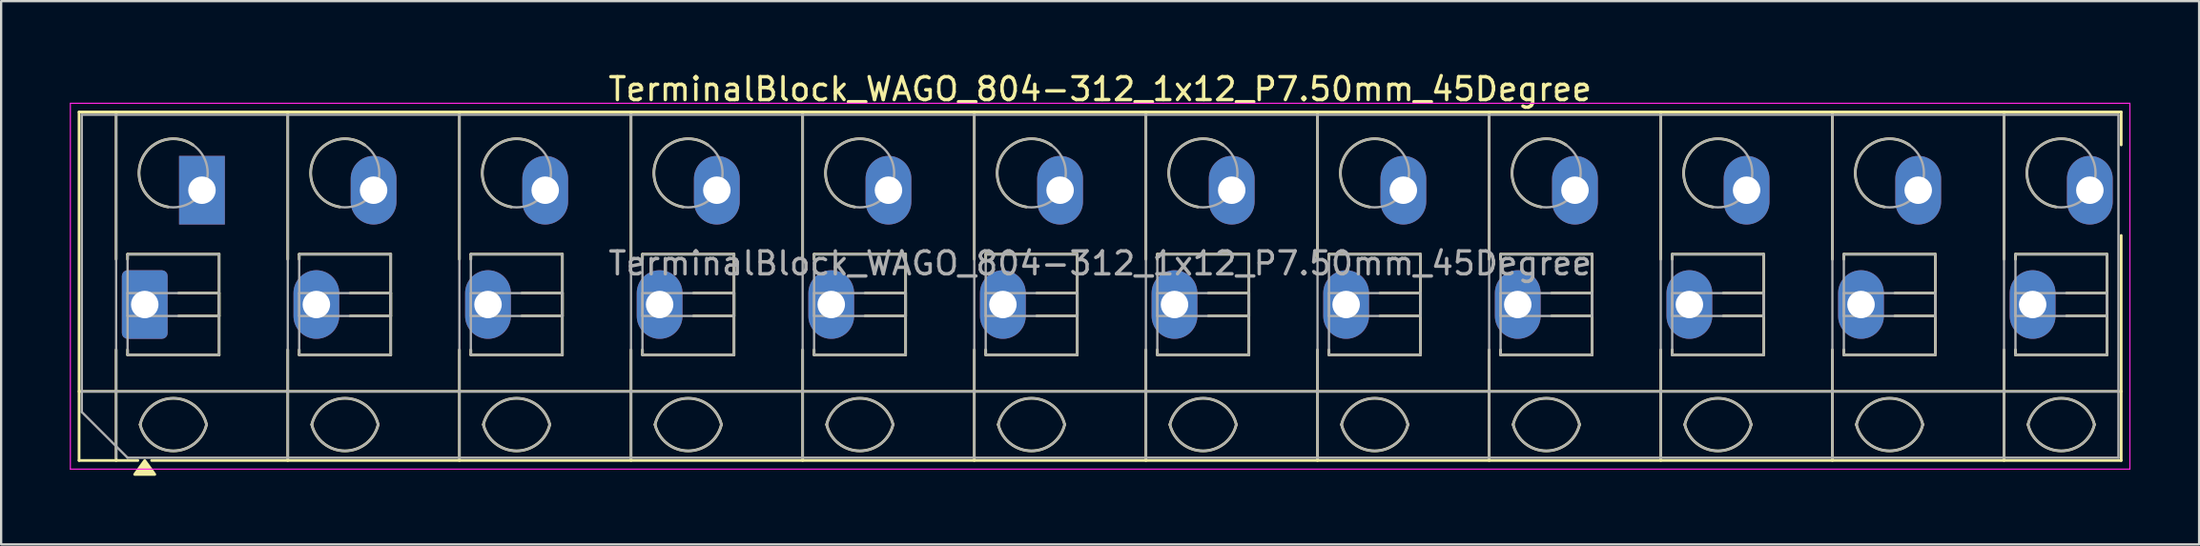
<source format=kicad_pcb>
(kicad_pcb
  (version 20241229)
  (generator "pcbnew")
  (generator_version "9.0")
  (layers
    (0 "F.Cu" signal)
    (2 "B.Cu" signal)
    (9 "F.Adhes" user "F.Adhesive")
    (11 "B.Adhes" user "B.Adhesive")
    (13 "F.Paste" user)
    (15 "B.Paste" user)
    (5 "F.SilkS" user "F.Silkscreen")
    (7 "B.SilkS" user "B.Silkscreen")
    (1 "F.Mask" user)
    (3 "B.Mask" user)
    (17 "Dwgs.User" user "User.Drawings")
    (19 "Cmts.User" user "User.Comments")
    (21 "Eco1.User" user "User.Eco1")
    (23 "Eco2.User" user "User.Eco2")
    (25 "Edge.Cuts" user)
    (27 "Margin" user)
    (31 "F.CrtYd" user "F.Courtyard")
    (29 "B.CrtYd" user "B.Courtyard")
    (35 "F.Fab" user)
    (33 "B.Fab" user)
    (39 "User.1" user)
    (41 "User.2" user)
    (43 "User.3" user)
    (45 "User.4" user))
  (footprint "TerminalBlock_WAGO_804-312_1x12_P7.50mm_45Degree"
    (layer "F.Cu")
    (at 3.275 10.268)
    (property "Reference" "TerminalBlock_WAGO_804-312_1x12_P7.50mm_45Degree" (at 41.75 -9.42 0) (layer "F.SilkS") (effects (font (size 1 1) (thickness 0.15))))
    (attr through_hole)
    (fp_line (start -2.87 -8.42) (end -2.87 6.82) (stroke (width 0.12) (type solid)) (layer "F.SilkS"))
    (fp_line (start -2.87 -8.42) (end 86.37 -8.42) (stroke (width 0.12) (type solid)) (layer "F.SilkS"))
    (fp_line (start -2.87 3.8) (end 86.37 3.8) (stroke (width 0.12) (type solid)) (layer "F.SilkS"))
    (fp_line (start -2.87 6.82) (end -0.3 6.82) (stroke (width 0.12) (type solid)) (layer "F.SilkS"))
    (fp_line (start -1.25 -8.42) (end -1.25 -1.98) (stroke (width 0.12) (type solid)) (layer "F.SilkS"))
    (fp_line (start -1.25 1.98) (end -1.25 6.82) (stroke (width 0.12) (type solid)) (layer "F.SilkS"))
    (fp_line (start -0.75 -2.2) (end -0.75 -1.98) (stroke (width 0.12) (type solid)) (layer "F.SilkS"))
    (fp_line (start -0.75 -2.2) (end 3.25 -2.2) (stroke (width 0.12) (type solid)) (layer "F.SilkS"))
    (fp_line (start -0.75 1.98) (end -0.75 2.2) (stroke (width 0.12) (type solid)) (layer "F.SilkS"))
    (fp_line (start -0.75 2.2) (end 3.25 2.2) (stroke (width 0.12) (type solid)) (layer "F.SilkS"))
    (fp_line (start 0.3 6.82) (end 86.37 6.82) (stroke (width 0.12) (type solid)) (layer "F.SilkS"))
    (fp_line (start 1.48 -0.5) (end 3.25 -0.5) (stroke (width 0.12) (type solid)) (layer "F.SilkS"))
    (fp_line (start 1.48 0.5) (end 3.25 0.5) (stroke (width 0.12) (type solid)) (layer "F.SilkS"))
    (fp_line (start 3.25 -2.2) (end 3.25 2.2) (stroke (width 0.12) (type solid)) (layer "F.SilkS"))
    (fp_line (start 3.25 -0.5) (end 3.25 0.5) (stroke (width 0.12) (type solid)) (layer "F.SilkS"))
    (fp_line (start 6.25 -8.42) (end 6.25 -1.98) (stroke (width 0.12) (type solid)) (layer "F.SilkS"))
    (fp_line (start 6.25 1.98) (end 6.25 6.82) (stroke (width 0.12) (type solid)) (layer "F.SilkS"))
    (fp_line (start 6.75 -2.2) (end 6.75 -1.98) (stroke (width 0.12) (type solid)) (layer "F.SilkS"))
    (fp_line (start 6.75 -2.2) (end 10.75 -2.2) (stroke (width 0.12) (type solid)) (layer "F.SilkS"))
    (fp_line (start 6.75 1.98) (end 6.75 2.2) (stroke (width 0.12) (type solid)) (layer "F.SilkS"))
    (fp_line (start 6.75 2.2) (end 10.75 2.2) (stroke (width 0.12) (type solid)) (layer "F.SilkS"))
    (fp_line (start 8.98 -0.5) (end 10.75 -0.5) (stroke (width 0.12) (type solid)) (layer "F.SilkS"))
    (fp_line (start 8.98 0.5) (end 10.75 0.5) (stroke (width 0.12) (type solid)) (layer "F.SilkS"))
    (fp_line (start 10.75 -2.2) (end 10.75 2.2) (stroke (width 0.12) (type solid)) (layer "F.SilkS"))
    (fp_line (start 10.75 -0.5) (end 10.75 0.5) (stroke (width 0.12) (type solid)) (layer "F.SilkS"))
    (fp_line (start 13.75 -8.42) (end 13.75 -1.98) (stroke (width 0.12) (type solid)) (layer "F.SilkS"))
    (fp_line (start 13.75 1.98) (end 13.75 6.82) (stroke (width 0.12) (type solid)) (layer "F.SilkS"))
    (fp_line (start 14.25 -2.2) (end 14.25 -1.98) (stroke (width 0.12) (type solid)) (layer "F.SilkS"))
    (fp_line (start 14.25 -2.2) (end 18.25 -2.2) (stroke (width 0.12) (type solid)) (layer "F.SilkS"))
    (fp_line (start 14.25 1.98) (end 14.25 2.2) (stroke (width 0.12) (type solid)) (layer "F.SilkS"))
    (fp_line (start 14.25 2.2) (end 18.25 2.2) (stroke (width 0.12) (type solid)) (layer "F.SilkS"))
    (fp_line (start 16.48 -0.5) (end 18.25 -0.5) (stroke (width 0.12) (type solid)) (layer "F.SilkS"))
    (fp_line (start 16.48 0.5) (end 18.25 0.5) (stroke (width 0.12) (type solid)) (layer "F.SilkS"))
    (fp_line (start 18.25 -2.2) (end 18.25 2.2) (stroke (width 0.12) (type solid)) (layer "F.SilkS"))
    (fp_line (start 18.25 -0.5) (end 18.25 0.5) (stroke (width 0.12) (type solid)) (layer "F.SilkS"))
    (fp_line (start 21.25 -8.42) (end 21.25 -1.98) (stroke (width 0.12) (type solid)) (layer "F.SilkS"))
    (fp_line (start 21.25 1.98) (end 21.25 6.82) (stroke (width 0.12) (type solid)) (layer "F.SilkS"))
    (fp_line (start 21.75 -2.2) (end 21.75 -1.98) (stroke (width 0.12) (type solid)) (layer "F.SilkS"))
    (fp_line (start 21.75 -2.2) (end 25.75 -2.2) (stroke (width 0.12) (type solid)) (layer "F.SilkS"))
    (fp_line (start 21.75 1.98) (end 21.75 2.2) (stroke (width 0.12) (type solid)) (layer "F.SilkS"))
    (fp_line (start 21.75 2.2) (end 25.75 2.2) (stroke (width 0.12) (type solid)) (layer "F.SilkS"))
    (fp_line (start 23.98 -0.5) (end 25.75 -0.5) (stroke (width 0.12) (type solid)) (layer "F.SilkS"))
    (fp_line (start 23.98 0.5) (end 25.75 0.5) (stroke (width 0.12) (type solid)) (layer "F.SilkS"))
    (fp_line (start 25.75 -2.2) (end 25.75 2.2) (stroke (width 0.12) (type solid)) (layer "F.SilkS"))
    (fp_line (start 25.75 -0.5) (end 25.75 0.5) (stroke (width 0.12) (type solid)) (layer "F.SilkS"))
    (fp_line (start 28.75 -8.42) (end 28.75 -1.98) (stroke (width 0.12) (type solid)) (layer "F.SilkS"))
    (fp_line (start 28.75 1.98) (end 28.75 6.82) (stroke (width 0.12) (type solid)) (layer "F.SilkS"))
    (fp_line (start 29.25 -2.2) (end 29.25 -1.98) (stroke (width 0.12) (type solid)) (layer "F.SilkS"))
    (fp_line (start 29.25 -2.2) (end 33.25 -2.2) (stroke (width 0.12) (type solid)) (layer "F.SilkS"))
    (fp_line (start 29.25 1.98) (end 29.25 2.2) (stroke (width 0.12) (type solid)) (layer "F.SilkS"))
    (fp_line (start 29.25 2.2) (end 33.25 2.2) (stroke (width 0.12) (type solid)) (layer "F.SilkS"))
    (fp_line (start 31.48 -0.5) (end 33.25 -0.5) (stroke (width 0.12) (type solid)) (layer "F.SilkS"))
    (fp_line (start 31.48 0.5) (end 33.25 0.5) (stroke (width 0.12) (type solid)) (layer "F.SilkS"))
    (fp_line (start 33.25 -2.2) (end 33.25 2.2) (stroke (width 0.12) (type solid)) (layer "F.SilkS"))
    (fp_line (start 33.25 -0.5) (end 33.25 0.5) (stroke (width 0.12) (type solid)) (layer "F.SilkS"))
    (fp_line (start 36.25 -8.42) (end 36.25 -1.98) (stroke (width 0.12) (type solid)) (layer "F.SilkS"))
    (fp_line (start 36.25 1.98) (end 36.25 6.82) (stroke (width 0.12) (type solid)) (layer "F.SilkS"))
    (fp_line (start 36.75 -2.2) (end 36.75 -1.98) (stroke (width 0.12) (type solid)) (layer "F.SilkS"))
    (fp_line (start 36.75 -2.2) (end 40.75 -2.2) (stroke (width 0.12) (type solid)) (layer "F.SilkS"))
    (fp_line (start 36.75 1.98) (end 36.75 2.2) (stroke (width 0.12) (type solid)) (layer "F.SilkS"))
    (fp_line (start 36.75 2.2) (end 40.75 2.2) (stroke (width 0.12) (type solid)) (layer "F.SilkS"))
    (fp_line (start 38.98 -0.5) (end 40.75 -0.5) (stroke (width 0.12) (type solid)) (layer "F.SilkS"))
    (fp_line (start 38.98 0.5) (end 40.75 0.5) (stroke (width 0.12) (type solid)) (layer "F.SilkS"))
    (fp_line (start 40.75 -2.2) (end 40.75 2.2) (stroke (width 0.12) (type solid)) (layer "F.SilkS"))
    (fp_line (start 40.75 -0.5) (end 40.75 0.5) (stroke (width 0.12) (type solid)) (layer "F.SilkS"))
    (fp_line (start 43.75 -8.42) (end 43.75 -1.98) (stroke (width 0.12) (type solid)) (layer "F.SilkS"))
    (fp_line (start 43.75 1.98) (end 43.75 6.82) (stroke (width 0.12) (type solid)) (layer "F.SilkS"))
    (fp_line (start 44.25 -2.2) (end 44.25 -1.98) (stroke (width 0.12) (type solid)) (layer "F.SilkS"))
    (fp_line (start 44.25 -2.2) (end 48.25 -2.2) (stroke (width 0.12) (type solid)) (layer "F.SilkS"))
    (fp_line (start 44.25 1.98) (end 44.25 2.2) (stroke (width 0.12) (type solid)) (layer "F.SilkS"))
    (fp_line (start 44.25 2.2) (end 48.25 2.2) (stroke (width 0.12) (type solid)) (layer "F.SilkS"))
    (fp_line (start 46.48 -0.5) (end 48.25 -0.5) (stroke (width 0.12) (type solid)) (layer "F.SilkS"))
    (fp_line (start 46.48 0.5) (end 48.25 0.5) (stroke (width 0.12) (type solid)) (layer "F.SilkS"))
    (fp_line (start 48.25 -2.2) (end 48.25 2.2) (stroke (width 0.12) (type solid)) (layer "F.SilkS"))
    (fp_line (start 48.25 -0.5) (end 48.25 0.5) (stroke (width 0.12) (type solid)) (layer "F.SilkS"))
    (fp_line (start 51.25 -8.42) (end 51.25 -1.98) (stroke (width 0.12) (type solid)) (layer "F.SilkS"))
    (fp_line (start 51.25 1.98) (end 51.25 6.82) (stroke (width 0.12) (type solid)) (layer "F.SilkS"))
    (fp_line (start 51.75 -2.2) (end 51.75 -1.98) (stroke (width 0.12) (type solid)) (layer "F.SilkS"))
    (fp_line (start 51.75 -2.2) (end 55.75 -2.2) (stroke (width 0.12) (type solid)) (layer "F.SilkS"))
    (fp_line (start 51.75 1.98) (end 51.75 2.2) (stroke (width 0.12) (type solid)) (layer "F.SilkS"))
    (fp_line (start 51.75 2.2) (end 55.75 2.2) (stroke (width 0.12) (type solid)) (layer "F.SilkS"))
    (fp_line (start 53.98 -0.5) (end 55.75 -0.5) (stroke (width 0.12) (type solid)) (layer "F.SilkS"))
    (fp_line (start 53.98 0.5) (end 55.75 0.5) (stroke (width 0.12) (type solid)) (layer "F.SilkS"))
    (fp_line (start 55.75 -2.2) (end 55.75 2.2) (stroke (width 0.12) (type solid)) (layer "F.SilkS"))
    (fp_line (start 55.75 -0.5) (end 55.75 0.5) (stroke (width 0.12) (type solid)) (layer "F.SilkS"))
    (fp_line (start 58.75 -8.42) (end 58.75 -1.98) (stroke (width 0.12) (type solid)) (layer "F.SilkS"))
    (fp_line (start 58.75 1.98) (end 58.75 6.82) (stroke (width 0.12) (type solid)) (layer "F.SilkS"))
    (fp_line (start 59.25 -2.2) (end 59.25 -1.98) (stroke (width 0.12) (type solid)) (layer "F.SilkS"))
    (fp_line (start 59.25 -2.2) (end 63.25 -2.2) (stroke (width 0.12) (type solid)) (layer "F.SilkS"))
    (fp_line (start 59.25 1.98) (end 59.25 2.2) (stroke (width 0.12) (type solid)) (layer "F.SilkS"))
    (fp_line (start 59.25 2.2) (end 63.25 2.2) (stroke (width 0.12) (type solid)) (layer "F.SilkS"))
    (fp_line (start 61.48 -0.5) (end 63.25 -0.5) (stroke (width 0.12) (type solid)) (layer "F.SilkS"))
    (fp_line (start 61.48 0.5) (end 63.25 0.5) (stroke (width 0.12) (type solid)) (layer "F.SilkS"))
    (fp_line (start 63.25 -2.2) (end 63.25 2.2) (stroke (width 0.12) (type solid)) (layer "F.SilkS"))
    (fp_line (start 63.25 -0.5) (end 63.25 0.5) (stroke (width 0.12) (type solid)) (layer "F.SilkS"))
    (fp_line (start 66.25 -8.42) (end 66.25 -1.98) (stroke (width 0.12) (type solid)) (layer "F.SilkS"))
    (fp_line (start 66.25 1.98) (end 66.25 6.82) (stroke (width 0.12) (type solid)) (layer "F.SilkS"))
    (fp_line (start 66.75 -2.2) (end 66.75 -1.98) (stroke (width 0.12) (type solid)) (layer "F.SilkS"))
    (fp_line (start 66.75 -2.2) (end 70.75 -2.2) (stroke (width 0.12) (type solid)) (layer "F.SilkS"))
    (fp_line (start 66.75 1.98) (end 66.75 2.2) (stroke (width 0.12) (type solid)) (layer "F.SilkS"))
    (fp_line (start 66.75 2.2) (end 70.75 2.2) (stroke (width 0.12) (type solid)) (layer "F.SilkS"))
    (fp_line (start 68.98 -0.5) (end 70.75 -0.5) (stroke (width 0.12) (type solid)) (layer "F.SilkS"))
    (fp_line (start 68.98 0.5) (end 70.75 0.5) (stroke (width 0.12) (type solid)) (layer "F.SilkS"))
    (fp_line (start 70.75 -2.2) (end 70.75 2.2) (stroke (width 0.12) (type solid)) (layer "F.SilkS"))
    (fp_line (start 70.75 -0.5) (end 70.75 0.5) (stroke (width 0.12) (type solid)) (layer "F.SilkS"))
    (fp_line (start 73.75 -8.42) (end 73.75 -1.98) (stroke (width 0.12) (type solid)) (layer "F.SilkS"))
    (fp_line (start 73.75 1.98) (end 73.75 6.82) (stroke (width 0.12) (type solid)) (layer "F.SilkS"))
    (fp_line (start 74.25 -2.2) (end 74.25 -1.98) (stroke (width 0.12) (type solid)) (layer "F.SilkS"))
    (fp_line (start 74.25 -2.2) (end 78.25 -2.2) (stroke (width 0.12) (type solid)) (layer "F.SilkS"))
    (fp_line (start 74.25 1.98) (end 74.25 2.2) (stroke (width 0.12) (type solid)) (layer "F.SilkS"))
    (fp_line (start 74.25 2.2) (end 78.25 2.2) (stroke (width 0.12) (type solid)) (layer "F.SilkS"))
    (fp_line (start 76.48 -0.5) (end 78.25 -0.5) (stroke (width 0.12) (type solid)) (layer "F.SilkS"))
    (fp_line (start 76.48 0.5) (end 78.25 0.5) (stroke (width 0.12) (type solid)) (layer "F.SilkS"))
    (fp_line (start 78.25 -2.2) (end 78.25 2.2) (stroke (width 0.12) (type solid)) (layer "F.SilkS"))
    (fp_line (start 78.25 -0.5) (end 78.25 0.5) (stroke (width 0.12) (type solid)) (layer "F.SilkS"))
    (fp_line (start 81.25 -8.42) (end 81.25 -1.98) (stroke (width 0.12) (type solid)) (layer "F.SilkS"))
    (fp_line (start 81.25 1.98) (end 81.25 6.82) (stroke (width 0.12) (type solid)) (layer "F.SilkS"))
    (fp_line (start 81.75 -2.2) (end 81.75 -1.98) (stroke (width 0.12) (type solid)) (layer "F.SilkS"))
    (fp_line (start 81.75 -2.2) (end 85.75 -2.2) (stroke (width 0.12) (type solid)) (layer "F.SilkS"))
    (fp_line (start 81.75 1.98) (end 81.75 2.2) (stroke (width 0.12) (type solid)) (layer "F.SilkS"))
    (fp_line (start 81.75 2.2) (end 85.75 2.2) (stroke (width 0.12) (type solid)) (layer "F.SilkS"))
    (fp_line (start 83.98 -0.5) (end 85.75 -0.5) (stroke (width 0.12) (type solid)) (layer "F.SilkS"))
    (fp_line (start 83.98 0.5) (end 85.75 0.5) (stroke (width 0.12) (type solid)) (layer "F.SilkS"))
    (fp_line (start 85.75 -2.2) (end 85.75 2.2) (stroke (width 0.12) (type solid)) (layer "F.SilkS"))
    (fp_line (start 85.75 -0.5) (end 85.75 0.5) (stroke (width 0.12) (type solid)) (layer "F.SilkS"))
    (fp_line (start 86.37 -8.42) (end 86.37 -6.98) (stroke (width 0.12) (type solid)) (layer "F.SilkS"))
    (fp_line (start 86.37 -3.02) (end 86.37 6.82) (stroke (width 0.12) (type solid)) (layer "F.SilkS"))
    (fp_arc (start -0.199969 5.249867) (mid 1.250068 4.099899) (end 2.7 5.25) (stroke (width 0.12) (type solid)) (layer "F.SilkS"))
    (fp_arc (start 1.02 -4.268) (mid -0.141815 -6.308637) (end 2.10843 -6.979765) (stroke (width 0.12) (type solid)) (layer "F.SilkS"))
    (fp_arc (start 2.7 5.25) (mid 1.250068 6.400101) (end -0.199969 5.250133) (stroke (width 0.12) (type solid)) (layer "F.SilkS"))
    (fp_arc (start 7.300031 5.249867) (mid 8.750068 4.099899) (end 10.2 5.25) (stroke (width 0.12) (type solid)) (layer "F.SilkS"))
    (fp_arc (start 8.52 -4.268) (mid 7.358185 -6.308637) (end 9.60843 -6.979765) (stroke (width 0.12) (type solid)) (layer "F.SilkS"))
    (fp_arc (start 10.2 5.25) (mid 8.750068 6.400101) (end 7.300031 5.250133) (stroke (width 0.12) (type solid)) (layer "F.SilkS"))
    (fp_arc (start 14.800031 5.249867) (mid 16.250068 4.099899) (end 17.7 5.25) (stroke (width 0.12) (type solid)) (layer "F.SilkS"))
    (fp_arc (start 16.02 -4.268) (mid 14.858185 -6.308637) (end 17.10843 -6.979765) (stroke (width 0.12) (type solid)) (layer "F.SilkS"))
    (fp_arc (start 17.7 5.25) (mid 16.250068 6.400101) (end 14.800031 5.250133) (stroke (width 0.12) (type solid)) (layer "F.SilkS"))
    (fp_arc (start 22.300031 5.249867) (mid 23.750068 4.099899) (end 25.2 5.25) (stroke (width 0.12) (type solid)) (layer "F.SilkS"))
    (fp_arc (start 23.52 -4.268) (mid 22.358185 -6.308637) (end 24.60843 -6.979765) (stroke (width 0.12) (type solid)) (layer "F.SilkS"))
    (fp_arc (start 25.2 5.25) (mid 23.750068 6.400101) (end 22.300031 5.250133) (stroke (width 0.12) (type solid)) (layer "F.SilkS"))
    (fp_arc (start 29.800031 5.249867) (mid 31.250068 4.099899) (end 32.7 5.25) (stroke (width 0.12) (type solid)) (layer "F.SilkS"))
    (fp_arc (start 31.02 -4.268) (mid 29.858185 -6.308637) (end 32.10843 -6.979765) (stroke (width 0.12) (type solid)) (layer "F.SilkS"))
    (fp_arc (start 32.7 5.25) (mid 31.250068 6.400101) (end 29.800031 5.250133) (stroke (width 0.12) (type solid)) (layer "F.SilkS"))
    (fp_arc (start 37.300031 5.249867) (mid 38.750068 4.099899) (end 40.2 5.25) (stroke (width 0.12) (type solid)) (layer "F.SilkS"))
    (fp_arc (start 38.52 -4.268) (mid 37.358185 -6.308637) (end 39.60843 -6.979765) (stroke (width 0.12) (type solid)) (layer "F.SilkS"))
    (fp_arc (start 40.2 5.25) (mid 38.750068 6.400101) (end 37.300031 5.250133) (stroke (width 0.12) (type solid)) (layer "F.SilkS"))
    (fp_arc (start 44.800031 5.249867) (mid 46.250068 4.099899) (end 47.7 5.25) (stroke (width 0.12) (type solid)) (layer "F.SilkS"))
    (fp_arc (start 46.02 -4.268) (mid 44.858185 -6.308637) (end 47.10843 -6.979765) (stroke (width 0.12) (type solid)) (layer "F.SilkS"))
    (fp_arc (start 47.7 5.25) (mid 46.250068 6.400101) (end 44.800031 5.250133) (stroke (width 0.12) (type solid)) (layer "F.SilkS"))
    (fp_arc (start 52.300031 5.249867) (mid 53.750068 4.099899) (end 55.2 5.25) (stroke (width 0.12) (type solid)) (layer "F.SilkS"))
    (fp_arc (start 53.52 -4.268) (mid 52.358185 -6.308637) (end 54.60843 -6.979765) (stroke (width 0.12) (type solid)) (layer "F.SilkS"))
    (fp_arc (start 55.2 5.25) (mid 53.750068 6.400101) (end 52.300031 5.250133) (stroke (width 0.12) (type solid)) (layer "F.SilkS"))
    (fp_arc (start 59.800031 5.249867) (mid 61.250068 4.099899) (end 62.7 5.25) (stroke (width 0.12) (type solid)) (layer "F.SilkS"))
    (fp_arc (start 61.02 -4.268) (mid 59.858185 -6.308637) (end 62.10843 -6.979765) (stroke (width 0.12) (type solid)) (layer "F.SilkS"))
    (fp_arc (start 62.7 5.25) (mid 61.250068 6.400101) (end 59.800031 5.250133) (stroke (width 0.12) (type solid)) (layer "F.SilkS"))
    (fp_arc (start 67.300031 5.249867) (mid 68.750068 4.099899) (end 70.2 5.25) (stroke (width 0.12) (type solid)) (layer "F.SilkS"))
    (fp_arc (start 68.52 -4.268) (mid 67.358185 -6.308637) (end 69.60843 -6.979765) (stroke (width 0.12) (type solid)) (layer "F.SilkS"))
    (fp_arc (start 70.2 5.25) (mid 68.750068 6.400101) (end 67.300031 5.250133) (stroke (width 0.12) (type solid)) (layer "F.SilkS"))
    (fp_arc (start 74.800031 5.249867) (mid 76.250068 4.099899) (end 77.7 5.25) (stroke (width 0.12) (type solid)) (layer "F.SilkS"))
    (fp_arc (start 76.02 -4.268) (mid 74.858185 -6.308637) (end 77.10843 -6.979765) (stroke (width 0.12) (type solid)) (layer "F.SilkS"))
    (fp_arc (start 77.7 5.25) (mid 76.250068 6.400101) (end 74.800031 5.250133) (stroke (width 0.12) (type solid)) (layer "F.SilkS"))
    (fp_arc (start 82.300031 5.249867) (mid 83.750068 4.099899) (end 85.2 5.25) (stroke (width 0.12) (type solid)) (layer "F.SilkS"))
    (fp_arc (start 83.52 -4.268) (mid 82.358185 -6.308637) (end 84.60843 -6.979765) (stroke (width 0.12) (type solid)) (layer "F.SilkS"))
    (fp_arc (start 85.2 5.25) (mid 83.750068 6.400101) (end 82.300031 5.250133) (stroke (width 0.12) (type solid)) (layer "F.SilkS"))
    (fp_poly (pts (xy 0 6.82) (xy 0.44 7.43) (xy -0.44 7.43)) (stroke (width 0.12) (type solid)) (fill yes) (layer "F.SilkS"))
    (fp_line (start -3.25 -8.8) (end -3.25 7.2) (stroke (width 0.05) (type solid)) (layer "F.CrtYd"))
    (fp_line (start -3.25 7.2) (end 86.75 7.2) (stroke (width 0.05) (type solid)) (layer "F.CrtYd"))
    (fp_line (start 86.75 -8.8) (end -3.25 -8.8) (stroke (width 0.05) (type solid)) (layer "F.CrtYd"))
    (fp_line (start 86.75 7.2) (end 86.75 -8.8) (stroke (width 0.05) (type solid)) (layer "F.CrtYd"))
    (fp_line (start -2.75 -8.3) (end 86.25 -8.3) (stroke (width 0.1) (type solid)) (layer "F.Fab"))
    (fp_line (start -2.75 3.8) (end 86.25 3.8) (stroke (width 0.1) (type solid)) (layer "F.Fab"))
    (fp_line (start -2.75 4.7) (end -2.75 -8.3) (stroke (width 0.1) (type solid)) (layer "F.Fab"))
    (fp_line (start -1.25 -8.3) (end -1.25 6.7) (stroke (width 0.1) (type solid)) (layer "F.Fab"))
    (fp_line (start -0.75 -2.2) (end -0.75 2.2) (stroke (width 0.1) (type solid)) (layer "F.Fab"))
    (fp_line (start -0.75 -0.5) (end -0.75 0.5) (stroke (width 0.1) (type solid)) (layer "F.Fab"))
    (fp_line (start -0.75 0.5) (end 3.25 0.5) (stroke (width 0.1) (type solid)) (layer "F.Fab"))
    (fp_line (start -0.75 2.2) (end 3.25 2.2) (stroke (width 0.1) (type solid)) (layer "F.Fab"))
    (fp_line (start -0.75 6.7) (end -2.75 4.7) (stroke (width 0.1) (type solid)) (layer "F.Fab"))
    (fp_line (start 3.25 -2.2) (end -0.75 -2.2) (stroke (width 0.1) (type solid)) (layer "F.Fab"))
    (fp_line (start 3.25 -0.5) (end -0.75 -0.5) (stroke (width 0.1) (type solid)) (layer "F.Fab"))
    (fp_line (start 3.25 0.5) (end 3.25 -0.5) (stroke (width 0.1) (type solid)) (layer "F.Fab"))
    (fp_line (start 3.25 2.2) (end 3.25 -2.2) (stroke (width 0.1) (type solid)) (layer "F.Fab"))
    (fp_line (start 6.25 -8.3) (end 6.25 6.7) (stroke (width 0.1) (type solid)) (layer "F.Fab"))
    (fp_line (start 6.75 -2.2) (end 6.75 2.2) (stroke (width 0.1) (type solid)) (layer "F.Fab"))
    (fp_line (start 6.75 -0.5) (end 6.75 0.5) (stroke (width 0.1) (type solid)) (layer "F.Fab"))
    (fp_line (start 6.75 0.5) (end 10.75 0.5) (stroke (width 0.1) (type solid)) (layer "F.Fab"))
    (fp_line (start 6.75 2.2) (end 10.75 2.2) (stroke (width 0.1) (type solid)) (layer "F.Fab"))
    (fp_line (start 10.75 -2.2) (end 6.75 -2.2) (stroke (width 0.1) (type solid)) (layer "F.Fab"))
    (fp_line (start 10.75 -0.5) (end 6.75 -0.5) (stroke (width 0.1) (type solid)) (layer "F.Fab"))
    (fp_line (start 10.75 0.5) (end 10.75 -0.5) (stroke (width 0.1) (type solid)) (layer "F.Fab"))
    (fp_line (start 10.75 2.2) (end 10.75 -2.2) (stroke (width 0.1) (type solid)) (layer "F.Fab"))
    (fp_line (start 13.75 -8.3) (end 13.75 6.7) (stroke (width 0.1) (type solid)) (layer "F.Fab"))
    (fp_line (start 14.25 -2.2) (end 14.25 2.2) (stroke (width 0.1) (type solid)) (layer "F.Fab"))
    (fp_line (start 14.25 -0.5) (end 14.25 0.5) (stroke (width 0.1) (type solid)) (layer "F.Fab"))
    (fp_line (start 14.25 0.5) (end 18.25 0.5) (stroke (width 0.1) (type solid)) (layer "F.Fab"))
    (fp_line (start 14.25 2.2) (end 18.25 2.2) (stroke (width 0.1) (type solid)) (layer "F.Fab"))
    (fp_line (start 18.25 -2.2) (end 14.25 -2.2) (stroke (width 0.1) (type solid)) (layer "F.Fab"))
    (fp_line (start 18.25 -0.5) (end 14.25 -0.5) (stroke (width 0.1) (type solid)) (layer "F.Fab"))
    (fp_line (start 18.25 0.5) (end 18.25 -0.5) (stroke (width 0.1) (type solid)) (layer "F.Fab"))
    (fp_line (start 18.25 2.2) (end 18.25 -2.2) (stroke (width 0.1) (type solid)) (layer "F.Fab"))
    (fp_line (start 21.25 -8.3) (end 21.25 6.7) (stroke (width 0.1) (type solid)) (layer "F.Fab"))
    (fp_line (start 21.75 -2.2) (end 21.75 2.2) (stroke (width 0.1) (type solid)) (layer "F.Fab"))
    (fp_line (start 21.75 -0.5) (end 21.75 0.5) (stroke (width 0.1) (type solid)) (layer "F.Fab"))
    (fp_line (start 21.75 0.5) (end 25.75 0.5) (stroke (width 0.1) (type solid)) (layer "F.Fab"))
    (fp_line (start 21.75 2.2) (end 25.75 2.2) (stroke (width 0.1) (type solid)) (layer "F.Fab"))
    (fp_line (start 25.75 -2.2) (end 21.75 -2.2) (stroke (width 0.1) (type solid)) (layer "F.Fab"))
    (fp_line (start 25.75 -0.5) (end 21.75 -0.5) (stroke (width 0.1) (type solid)) (layer "F.Fab"))
    (fp_line (start 25.75 0.5) (end 25.75 -0.5) (stroke (width 0.1) (type solid)) (layer "F.Fab"))
    (fp_line (start 25.75 2.2) (end 25.75 -2.2) (stroke (width 0.1) (type solid)) (layer "F.Fab"))
    (fp_line (start 28.75 -8.3) (end 28.75 6.7) (stroke (width 0.1) (type solid)) (layer "F.Fab"))
    (fp_line (start 29.25 -2.2) (end 29.25 2.2) (stroke (width 0.1) (type solid)) (layer "F.Fab"))
    (fp_line (start 29.25 -0.5) (end 29.25 0.5) (stroke (width 0.1) (type solid)) (layer "F.Fab"))
    (fp_line (start 29.25 0.5) (end 33.25 0.5) (stroke (width 0.1) (type solid)) (layer "F.Fab"))
    (fp_line (start 29.25 2.2) (end 33.25 2.2) (stroke (width 0.1) (type solid)) (layer "F.Fab"))
    (fp_line (start 33.25 -2.2) (end 29.25 -2.2) (stroke (width 0.1) (type solid)) (layer "F.Fab"))
    (fp_line (start 33.25 -0.5) (end 29.25 -0.5) (stroke (width 0.1) (type solid)) (layer "F.Fab"))
    (fp_line (start 33.25 0.5) (end 33.25 -0.5) (stroke (width 0.1) (type solid)) (layer "F.Fab"))
    (fp_line (start 33.25 2.2) (end 33.25 -2.2) (stroke (width 0.1) (type solid)) (layer "F.Fab"))
    (fp_line (start 36.25 -8.3) (end 36.25 6.7) (stroke (width 0.1) (type solid)) (layer "F.Fab"))
    (fp_line (start 36.75 -2.2) (end 36.75 2.2) (stroke (width 0.1) (type solid)) (layer "F.Fab"))
    (fp_line (start 36.75 -0.5) (end 36.75 0.5) (stroke (width 0.1) (type solid)) (layer "F.Fab"))
    (fp_line (start 36.75 0.5) (end 40.75 0.5) (stroke (width 0.1) (type solid)) (layer "F.Fab"))
    (fp_line (start 36.75 2.2) (end 40.75 2.2) (stroke (width 0.1) (type solid)) (layer "F.Fab"))
    (fp_line (start 40.75 -2.2) (end 36.75 -2.2) (stroke (width 0.1) (type solid)) (layer "F.Fab"))
    (fp_line (start 40.75 -0.5) (end 36.75 -0.5) (stroke (width 0.1) (type solid)) (layer "F.Fab"))
    (fp_line (start 40.75 0.5) (end 40.75 -0.5) (stroke (width 0.1) (type solid)) (layer "F.Fab"))
    (fp_line (start 40.75 2.2) (end 40.75 -2.2) (stroke (width 0.1) (type solid)) (layer "F.Fab"))
    (fp_line (start 43.75 -8.3) (end 43.75 6.7) (stroke (width 0.1) (type solid)) (layer "F.Fab"))
    (fp_line (start 44.25 -2.2) (end 44.25 2.2) (stroke (width 0.1) (type solid)) (layer "F.Fab"))
    (fp_line (start 44.25 -0.5) (end 44.25 0.5) (stroke (width 0.1) (type solid)) (layer "F.Fab"))
    (fp_line (start 44.25 0.5) (end 48.25 0.5) (stroke (width 0.1) (type solid)) (layer "F.Fab"))
    (fp_line (start 44.25 2.2) (end 48.25 2.2) (stroke (width 0.1) (type solid)) (layer "F.Fab"))
    (fp_line (start 48.25 -2.2) (end 44.25 -2.2) (stroke (width 0.1) (type solid)) (layer "F.Fab"))
    (fp_line (start 48.25 -0.5) (end 44.25 -0.5) (stroke (width 0.1) (type solid)) (layer "F.Fab"))
    (fp_line (start 48.25 0.5) (end 48.25 -0.5) (stroke (width 0.1) (type solid)) (layer "F.Fab"))
    (fp_line (start 48.25 2.2) (end 48.25 -2.2) (stroke (width 0.1) (type solid)) (layer "F.Fab"))
    (fp_line (start 51.25 -8.3) (end 51.25 6.7) (stroke (width 0.1) (type solid)) (layer "F.Fab"))
    (fp_line (start 51.75 -2.2) (end 51.75 2.2) (stroke (width 0.1) (type solid)) (layer "F.Fab"))
    (fp_line (start 51.75 -0.5) (end 51.75 0.5) (stroke (width 0.1) (type solid)) (layer "F.Fab"))
    (fp_line (start 51.75 0.5) (end 55.75 0.5) (stroke (width 0.1) (type solid)) (layer "F.Fab"))
    (fp_line (start 51.75 2.2) (end 55.75 2.2) (stroke (width 0.1) (type solid)) (layer "F.Fab"))
    (fp_line (start 55.75 -2.2) (end 51.75 -2.2) (stroke (width 0.1) (type solid)) (layer "F.Fab"))
    (fp_line (start 55.75 -0.5) (end 51.75 -0.5) (stroke (width 0.1) (type solid)) (layer "F.Fab"))
    (fp_line (start 55.75 0.5) (end 55.75 -0.5) (stroke (width 0.1) (type solid)) (layer "F.Fab"))
    (fp_line (start 55.75 2.2) (end 55.75 -2.2) (stroke (width 0.1) (type solid)) (layer "F.Fab"))
    (fp_line (start 58.75 -8.3) (end 58.75 6.7) (stroke (width 0.1) (type solid)) (layer "F.Fab"))
    (fp_line (start 59.25 -2.2) (end 59.25 2.2) (stroke (width 0.1) (type solid)) (layer "F.Fab"))
    (fp_line (start 59.25 -0.5) (end 59.25 0.5) (stroke (width 0.1) (type solid)) (layer "F.Fab"))
    (fp_line (start 59.25 0.5) (end 63.25 0.5) (stroke (width 0.1) (type solid)) (layer "F.Fab"))
    (fp_line (start 59.25 2.2) (end 63.25 2.2) (stroke (width 0.1) (type solid)) (layer "F.Fab"))
    (fp_line (start 63.25 -2.2) (end 59.25 -2.2) (stroke (width 0.1) (type solid)) (layer "F.Fab"))
    (fp_line (start 63.25 -0.5) (end 59.25 -0.5) (stroke (width 0.1) (type solid)) (layer "F.Fab"))
    (fp_line (start 63.25 0.5) (end 63.25 -0.5) (stroke (width 0.1) (type solid)) (layer "F.Fab"))
    (fp_line (start 63.25 2.2) (end 63.25 -2.2) (stroke (width 0.1) (type solid)) (layer "F.Fab"))
    (fp_line (start 66.25 -8.3) (end 66.25 6.7) (stroke (width 0.1) (type solid)) (layer "F.Fab"))
    (fp_line (start 66.75 -2.2) (end 66.75 2.2) (stroke (width 0.1) (type solid)) (layer "F.Fab"))
    (fp_line (start 66.75 -0.5) (end 66.75 0.5) (stroke (width 0.1) (type solid)) (layer "F.Fab"))
    (fp_line (start 66.75 0.5) (end 70.75 0.5) (stroke (width 0.1) (type solid)) (layer "F.Fab"))
    (fp_line (start 66.75 2.2) (end 70.75 2.2) (stroke (width 0.1) (type solid)) (layer "F.Fab"))
    (fp_line (start 70.75 -2.2) (end 66.75 -2.2) (stroke (width 0.1) (type solid)) (layer "F.Fab"))
    (fp_line (start 70.75 -0.5) (end 66.75 -0.5) (stroke (width 0.1) (type solid)) (layer "F.Fab"))
    (fp_line (start 70.75 0.5) (end 70.75 -0.5) (stroke (width 0.1) (type solid)) (layer "F.Fab"))
    (fp_line (start 70.75 2.2) (end 70.75 -2.2) (stroke (width 0.1) (type solid)) (layer "F.Fab"))
    (fp_line (start 73.75 -8.3) (end 73.75 6.7) (stroke (width 0.1) (type solid)) (layer "F.Fab"))
    (fp_line (start 74.25 -2.2) (end 74.25 2.2) (stroke (width 0.1) (type solid)) (layer "F.Fab"))
    (fp_line (start 74.25 -0.5) (end 74.25 0.5) (stroke (width 0.1) (type solid)) (layer "F.Fab"))
    (fp_line (start 74.25 0.5) (end 78.25 0.5) (stroke (width 0.1) (type solid)) (layer "F.Fab"))
    (fp_line (start 74.25 2.2) (end 78.25 2.2) (stroke (width 0.1) (type solid)) (layer "F.Fab"))
    (fp_line (start 78.25 -2.2) (end 74.25 -2.2) (stroke (width 0.1) (type solid)) (layer "F.Fab"))
    (fp_line (start 78.25 -0.5) (end 74.25 -0.5) (stroke (width 0.1) (type solid)) (layer "F.Fab"))
    (fp_line (start 78.25 0.5) (end 78.25 -0.5) (stroke (width 0.1) (type solid)) (layer "F.Fab"))
    (fp_line (start 78.25 2.2) (end 78.25 -2.2) (stroke (width 0.1) (type solid)) (layer "F.Fab"))
    (fp_line (start 81.25 -8.3) (end 81.25 6.7) (stroke (width 0.1) (type solid)) (layer "F.Fab"))
    (fp_line (start 81.75 -2.2) (end 81.75 2.2) (stroke (width 0.1) (type solid)) (layer "F.Fab"))
    (fp_line (start 81.75 -0.5) (end 81.75 0.5) (stroke (width 0.1) (type solid)) (layer "F.Fab"))
    (fp_line (start 81.75 0.5) (end 85.75 0.5) (stroke (width 0.1) (type solid)) (layer "F.Fab"))
    (fp_line (start 81.75 2.2) (end 85.75 2.2) (stroke (width 0.1) (type solid)) (layer "F.Fab"))
    (fp_line (start 85.75 -2.2) (end 81.75 -2.2) (stroke (width 0.1) (type solid)) (layer "F.Fab"))
    (fp_line (start 85.75 -0.5) (end 81.75 -0.5) (stroke (width 0.1) (type solid)) (layer "F.Fab"))
    (fp_line (start 85.75 0.5) (end 85.75 -0.5) (stroke (width 0.1) (type solid)) (layer "F.Fab"))
    (fp_line (start 85.75 2.2) (end 85.75 -2.2) (stroke (width 0.1) (type solid)) (layer "F.Fab"))
    (fp_line (start 86.25 -8.3) (end 86.25 6.7) (stroke (width 0.1) (type solid)) (layer "F.Fab"))
    (fp_line (start 86.25 6.7) (end -0.75 6.7) (stroke (width 0.1) (type solid)) (layer "F.Fab"))
    (fp_arc (start -0.200865 5.250424) (mid 1.250296 4.099926) (end 2.701 5.251) (stroke (width 0.1) (type solid)) (layer "F.Fab"))
    (fp_arc (start 2.7 5.25) (mid 1.250068 6.400101) (end -0.199969 5.250133) (stroke (width 0.1) (type solid)) (layer "F.Fab"))
    (fp_arc (start 7.299135 5.250424) (mid 8.750296 4.099926) (end 10.201 5.251) (stroke (width 0.1) (type solid)) (layer "F.Fab"))
    (fp_arc (start 10.2 5.25) (mid 8.750068 6.400101) (end 7.300031 5.250133) (stroke (width 0.1) (type solid)) (layer "F.Fab"))
    (fp_arc (start 14.799135 5.250424) (mid 16.250296 4.099926) (end 17.701 5.251) (stroke (width 0.1) (type solid)) (layer "F.Fab"))
    (fp_arc (start 17.7 5.25) (mid 16.250068 6.400101) (end 14.800031 5.250133) (stroke (width 0.1) (type solid)) (layer "F.Fab"))
    (fp_arc (start 22.299135 5.250424) (mid 23.750296 4.099926) (end 25.201 5.251) (stroke (width 0.1) (type solid)) (layer "F.Fab"))
    (fp_arc (start 25.2 5.25) (mid 23.750068 6.400101) (end 22.300031 5.250133) (stroke (width 0.1) (type solid)) (layer "F.Fab"))
    (fp_arc (start 29.799135 5.250424) (mid 31.250296 4.099926) (end 32.701 5.251) (stroke (width 0.1) (type solid)) (layer "F.Fab"))
    (fp_arc (start 32.701 5.25) (mid 31.250296 6.401074) (end 29.799135 5.250576) (stroke (width 0.1) (type solid)) (layer "F.Fab"))
    (fp_arc (start 37.299135 5.250424) (mid 38.750296 4.099926) (end 40.201 5.251) (stroke (width 0.1) (type solid)) (layer "F.Fab"))
    (fp_arc (start 40.2 5.25) (mid 38.750068 6.400101) (end 37.300031 5.250133) (stroke (width 0.1) (type solid)) (layer "F.Fab"))
    (fp_arc (start 44.799135 5.250424) (mid 46.250296 4.099926) (end 47.701 5.251) (stroke (width 0.1) (type solid)) (layer "F.Fab"))
    (fp_arc (start 47.7 5.25) (mid 46.250068 6.400101) (end 44.800031 5.250133) (stroke (width 0.1) (type solid)) (layer "F.Fab"))
    (fp_arc (start 52.299135 5.250424) (mid 53.750296 4.099926) (end 55.201 5.251) (stroke (width 0.1) (type solid)) (layer "F.Fab"))
    (fp_arc (start 55.2 5.25) (mid 53.750068 6.400101) (end 52.300031 5.250133) (stroke (width 0.1) (type solid)) (layer "F.Fab"))
    (fp_arc (start 59.799135 5.250424) (mid 61.250296 4.099926) (end 62.701 5.251) (stroke (width 0.1) (type solid)) (layer "F.Fab"))
    (fp_arc (start 62.7 5.25) (mid 61.250068 6.400101) (end 59.800031 5.250133) (stroke (width 0.1) (type solid)) (layer "F.Fab"))
    (fp_arc (start 67.299135 5.250424) (mid 68.750296 4.099926) (end 70.201 5.251) (stroke (width 0.1) (type solid)) (layer "F.Fab"))
    (fp_arc (start 70.2 5.25) (mid 68.750068 6.400101) (end 67.300031 5.250133) (stroke (width 0.1) (type solid)) (layer "F.Fab"))
    (fp_arc (start 74.799135 5.250424) (mid 76.250296 4.099926) (end 77.701 5.251) (stroke (width 0.1) (type solid)) (layer "F.Fab"))
    (fp_arc (start 77.7 5.25) (mid 76.250068 6.400101) (end 74.800031 5.250133) (stroke (width 0.1) (type solid)) (layer "F.Fab"))
    (fp_arc (start 82.299135 5.250424) (mid 83.750296 4.099926) (end 85.201 5.251) (stroke (width 0.1) (type solid)) (layer "F.Fab"))
    (fp_arc (start 85.2 5.25) (mid 83.750068 6.400101) (end 82.300031 5.250133) (stroke (width 0.1) (type solid)) (layer "F.Fab"))
    (fp_circle (center 1.25 -5.75) (end 2.75 -5.75) (stroke (width 0.1) (type solid)) (fill no) (layer "F.Fab"))
    (fp_circle (center 8.75 -5.75) (end 10.25 -5.75) (stroke (width 0.1) (type solid)) (fill no) (layer "F.Fab"))
    (fp_circle (center 16.25 -5.75) (end 17.75 -5.75) (stroke (width 0.1) (type solid)) (fill no) (layer "F.Fab"))
    (fp_circle (center 23.75 -5.75) (end 25.25 -5.75) (stroke (width 0.1) (type solid)) (fill no) (layer "F.Fab"))
    (fp_circle (center 31.25 -5.75) (end 32.75 -5.75) (stroke (width 0.1) (type solid)) (fill no) (layer "F.Fab"))
    (fp_circle (center 38.75 -5.75) (end 40.25 -5.75) (stroke (width 0.1) (type solid)) (fill no) (layer "F.Fab"))
    (fp_circle (center 46.25 -5.75) (end 47.75 -5.75) (stroke (width 0.1) (type solid)) (fill no) (layer "F.Fab"))
    (fp_circle (center 53.75 -5.75) (end 55.25 -5.75) (stroke (width 0.1) (type solid)) (fill no) (layer "F.Fab"))
    (fp_circle (center 61.25 -5.75) (end 62.75 -5.75) (stroke (width 0.1) (type solid)) (fill no) (layer "F.Fab"))
    (fp_circle (center 68.75 -5.75) (end 70.25 -5.75) (stroke (width 0.1) (type solid)) (fill no) (layer "F.Fab"))
    (fp_circle (center 76.25 -5.75) (end 77.75 -5.75) (stroke (width 0.1) (type solid)) (fill no) (layer "F.Fab"))
    (fp_circle (center 83.75 -5.75) (end 85.25 -5.75) (stroke (width 0.1) (type solid)) (fill no) (layer "F.Fab"))
    (fp_text user "${REFERENCE}" (at 41.75 -1.8 0) (layer "F.Fab") (effects (font (size 1 1) (thickness 0.15))))
    (pad "1" thru_hole roundrect (at 0 0) (size 2 3) (drill 1.2) (layers "*.Cu" "*.Mask") (roundrect_rratio 0.125))
    (pad "1" thru_hole rect (at 2.5 -5) (size 2 3) (drill 1.2) (layers "*.Cu" "*.Mask"))
    (pad "2" thru_hole oval (at 7.5 0) (size 2 3) (drill 1.2) (layers "*.Cu" "*.Mask"))
    (pad "2" thru_hole oval (at 10 -5) (size 2 3) (drill 1.2) (layers "*.Cu" "*.Mask"))
    (pad "3" thru_hole oval (at 15 0) (size 2 3) (drill 1.2) (layers "*.Cu" "*.Mask"))
    (pad "3" thru_hole oval (at 17.5 -5) (size 2 3) (drill 1.2) (layers "*.Cu" "*.Mask"))
    (pad "4" thru_hole oval (at 22.5 0) (size 2 3) (drill 1.2) (layers "*.Cu" "*.Mask"))
    (pad "4" thru_hole oval (at 25 -5) (size 2 3) (drill 1.2) (layers "*.Cu" "*.Mask"))
    (pad "5" thru_hole oval (at 30 0) (size 2 3) (drill 1.2) (layers "*.Cu" "*.Mask"))
    (pad "5" thru_hole oval (at 32.5 -5) (size 2 3) (drill 1.2) (layers "*.Cu" "*.Mask"))
    (pad "6" thru_hole oval (at 37.5 0) (size 2 3) (drill 1.2) (layers "*.Cu" "*.Mask"))
    (pad "6" thru_hole oval (at 40 -5) (size 2 3) (drill 1.2) (layers "*.Cu" "*.Mask"))
    (pad "7" thru_hole oval (at 45 0) (size 2 3) (drill 1.2) (layers "*.Cu" "*.Mask"))
    (pad "7" thru_hole oval (at 47.5 -5) (size 2 3) (drill 1.2) (layers "*.Cu" "*.Mask"))
    (pad "8" thru_hole oval (at 52.5 0) (size 2 3) (drill 1.2) (layers "*.Cu" "*.Mask"))
    (pad "8" thru_hole oval (at 55 -5) (size 2 3) (drill 1.2) (layers "*.Cu" "*.Mask"))
    (pad "9" thru_hole oval (at 60 0) (size 2 3) (drill 1.2) (layers "*.Cu" "*.Mask"))
    (pad "9" thru_hole oval (at 62.5 -5) (size 2 3) (drill 1.2) (layers "*.Cu" "*.Mask"))
    (pad "10" thru_hole oval (at 67.5 0) (size 2 3) (drill 1.2) (layers "*.Cu" "*.Mask"))
    (pad "10" thru_hole oval (at 70 -5) (size 2 3) (drill 1.2) (layers "*.Cu" "*.Mask"))
    (pad "11" thru_hole oval (at 75 0) (size 2 3) (drill 1.2) (layers "*.Cu" "*.Mask"))
    (pad "11" thru_hole oval (at 77.5 -5) (size 2 3) (drill 1.2) (layers "*.Cu" "*.Mask"))
    (pad "12" thru_hole oval (at 82.5 0) (size 2 3) (drill 1.2) (layers "*.Cu" "*.Mask"))
    (pad "12" thru_hole oval (at 85 -5) (size 2 3) (drill 1.2) (layers "*.Cu" "*.Mask")))
  (gr_rect
    (start -3 -3)
    (end 93.05 20.758)
    (stroke (width 0.1) (type default))
    (fill no)
    (layer "Edge.Cuts")))
</source>
